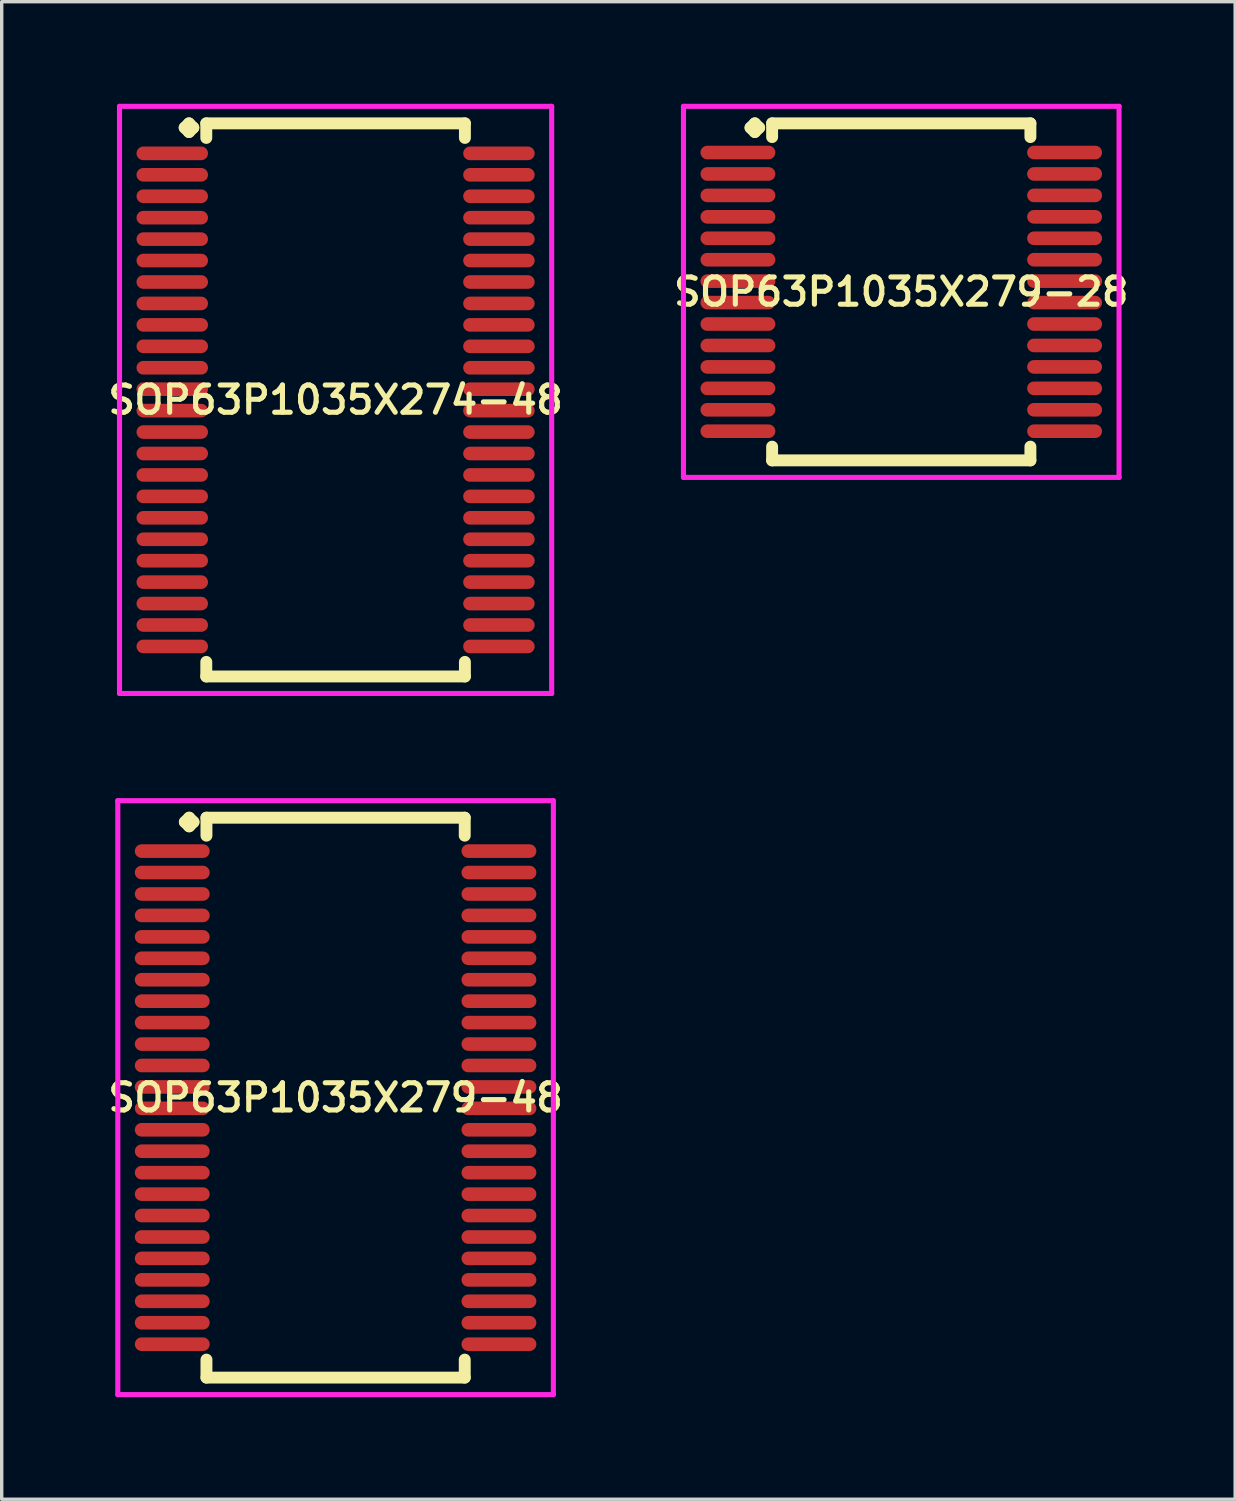
<source format=kicad_pcb>
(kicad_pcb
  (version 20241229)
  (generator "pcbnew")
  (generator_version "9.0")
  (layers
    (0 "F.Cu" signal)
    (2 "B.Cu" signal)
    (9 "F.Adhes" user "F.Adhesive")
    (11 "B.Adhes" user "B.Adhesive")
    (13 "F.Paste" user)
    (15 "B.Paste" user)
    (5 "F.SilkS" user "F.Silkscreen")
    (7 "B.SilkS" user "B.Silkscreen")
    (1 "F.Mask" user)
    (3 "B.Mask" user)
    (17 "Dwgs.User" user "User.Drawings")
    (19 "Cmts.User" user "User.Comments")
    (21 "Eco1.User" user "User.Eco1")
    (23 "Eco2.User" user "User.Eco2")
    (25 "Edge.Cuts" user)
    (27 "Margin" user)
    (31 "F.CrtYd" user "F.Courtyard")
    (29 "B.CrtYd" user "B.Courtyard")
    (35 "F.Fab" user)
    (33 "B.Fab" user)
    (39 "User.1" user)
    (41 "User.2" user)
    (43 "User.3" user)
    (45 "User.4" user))
  (footprint "SOP63P1035X274-48"
    (layer "F.Cu")
    (at 6.812 8.702)
    (property "Reference" "SOP63P1035X274-48" (at 0 0 0) (layer "F.SilkS") (effects (font (size 0.8 0.8) (thickness 0.15))))
    (attr smd)
    (fp_line (start -4.435 -8) (end -4.308 -8.127) (stroke (width 0.35) (type solid)) (layer "F.SilkS"))
    (fp_line (start -4.308 -8.127) (end -4.181 -8) (stroke (width 0.35) (type solid)) (layer "F.SilkS"))
    (fp_line (start -4.308 -7.873) (end -4.435 -8) (stroke (width 0.35) (type solid)) (layer "F.SilkS"))
    (fp_line (start -4.181 -8) (end -4.308 -7.873) (stroke (width 0.35) (type solid)) (layer "F.SilkS"))
    (fp_line (start -3.8 -8.127) (end 3.8 -8.127) (stroke (width 0.35) (type solid)) (layer "F.SilkS"))
    (fp_line (start -3.8 -7.699) (end -3.8 -8.127) (stroke (width 0.35) (type solid)) (layer "F.SilkS"))
    (fp_line (start -3.8 7.699) (end -3.8 8.127) (stroke (width 0.35) (type solid)) (layer "F.SilkS"))
    (fp_line (start -3.8 8.127) (end 3.8 8.127) (stroke (width 0.35) (type solid)) (layer "F.SilkS"))
    (fp_line (start 3.8 -8.127) (end 3.8 -7.699) (stroke (width 0.35) (type solid)) (layer "F.SilkS"))
    (fp_line (start 3.8 8.127) (end 3.8 7.699) (stroke (width 0.35) (type solid)) (layer "F.SilkS"))
    (fp_line (start -6.35 -8.627) (end 6.35 -8.627) (stroke (width 0.15) (type solid)) (layer "F.CrtYd"))
    (fp_line (start -6.35 8.627) (end -6.35 -8.627) (stroke (width 0.15) (type solid)) (layer "F.CrtYd"))
    (fp_line (start 6.35 -8.627) (end 6.35 8.627) (stroke (width 0.15) (type solid)) (layer "F.CrtYd"))
    (fp_line (start 6.35 8.627) (end -6.35 8.627) (stroke (width 0.15) (type solid)) (layer "F.CrtYd"))
    (pad "1" smd oval (at -4.8 -7.245) (size 2.1 0.4) (layers "F.Cu" "F.Mask" "F.Paste"))
    (pad "2" smd oval (at -4.8 -6.615) (size 2.1 0.4) (layers "F.Cu" "F.Mask" "F.Paste"))
    (pad "3" smd oval (at -4.8 -5.985) (size 2.1 0.4) (layers "F.Cu" "F.Mask" "F.Paste"))
    (pad "4" smd oval (at -4.8 -5.355) (size 2.1 0.4) (layers "F.Cu" "F.Mask" "F.Paste"))
    (pad "5" smd oval (at -4.8 -4.725) (size 2.1 0.4) (layers "F.Cu" "F.Mask" "F.Paste"))
    (pad "6" smd oval (at -4.8 -4.095) (size 2.1 0.4) (layers "F.Cu" "F.Mask" "F.Paste"))
    (pad "7" smd oval (at -4.8 -3.465) (size 2.1 0.4) (layers "F.Cu" "F.Mask" "F.Paste"))
    (pad "8" smd oval (at -4.8 -2.835) (size 2.1 0.4) (layers "F.Cu" "F.Mask" "F.Paste"))
    (pad "9" smd oval (at -4.8 -2.205) (size 2.1 0.4) (layers "F.Cu" "F.Mask" "F.Paste"))
    (pad "10" smd oval (at -4.8 -1.575) (size 2.1 0.4) (layers "F.Cu" "F.Mask" "F.Paste"))
    (pad "11" smd oval (at -4.8 -0.945) (size 2.1 0.4) (layers "F.Cu" "F.Mask" "F.Paste"))
    (pad "12" smd oval (at -4.8 -0.315) (size 2.1 0.4) (layers "F.Cu" "F.Mask" "F.Paste"))
    (pad "13" smd oval (at -4.8 0.315) (size 2.1 0.4) (layers "F.Cu" "F.Mask" "F.Paste"))
    (pad "14" smd oval (at -4.8 0.945) (size 2.1 0.4) (layers "F.Cu" "F.Mask" "F.Paste"))
    (pad "15" smd oval (at -4.8 1.575) (size 2.1 0.4) (layers "F.Cu" "F.Mask" "F.Paste"))
    (pad "16" smd oval (at -4.8 2.205) (size 2.1 0.4) (layers "F.Cu" "F.Mask" "F.Paste"))
    (pad "17" smd oval (at -4.8 2.835) (size 2.1 0.4) (layers "F.Cu" "F.Mask" "F.Paste"))
    (pad "18" smd oval (at -4.8 3.465) (size 2.1 0.4) (layers "F.Cu" "F.Mask" "F.Paste"))
    (pad "19" smd oval (at -4.8 4.095) (size 2.1 0.4) (layers "F.Cu" "F.Mask" "F.Paste"))
    (pad "20" smd oval (at -4.8 4.725) (size 2.1 0.4) (layers "F.Cu" "F.Mask" "F.Paste"))
    (pad "21" smd oval (at -4.8 5.355) (size 2.1 0.4) (layers "F.Cu" "F.Mask" "F.Paste"))
    (pad "22" smd oval (at -4.8 5.985) (size 2.1 0.4) (layers "F.Cu" "F.Mask" "F.Paste"))
    (pad "23" smd oval (at -4.8 6.615) (size 2.1 0.4) (layers "F.Cu" "F.Mask" "F.Paste"))
    (pad "24" smd oval (at -4.8 7.245) (size 2.1 0.4) (layers "F.Cu" "F.Mask" "F.Paste"))
    (pad "25" smd oval (at 4.8 7.245) (size 2.1 0.4) (layers "F.Cu" "F.Mask" "F.Paste"))
    (pad "26" smd oval (at 4.8 6.615) (size 2.1 0.4) (layers "F.Cu" "F.Mask" "F.Paste"))
    (pad "27" smd oval (at 4.8 5.985) (size 2.1 0.4) (layers "F.Cu" "F.Mask" "F.Paste"))
    (pad "28" smd oval (at 4.8 5.355) (size 2.1 0.4) (layers "F.Cu" "F.Mask" "F.Paste"))
    (pad "29" smd oval (at 4.8 4.725) (size 2.1 0.4) (layers "F.Cu" "F.Mask" "F.Paste"))
    (pad "30" smd oval (at 4.8 4.095) (size 2.1 0.4) (layers "F.Cu" "F.Mask" "F.Paste"))
    (pad "31" smd oval (at 4.8 3.465) (size 2.1 0.4) (layers "F.Cu" "F.Mask" "F.Paste"))
    (pad "32" smd oval (at 4.8 2.835) (size 2.1 0.4) (layers "F.Cu" "F.Mask" "F.Paste"))
    (pad "33" smd oval (at 4.8 2.205) (size 2.1 0.4) (layers "F.Cu" "F.Mask" "F.Paste"))
    (pad "34" smd oval (at 4.8 1.575) (size 2.1 0.4) (layers "F.Cu" "F.Mask" "F.Paste"))
    (pad "35" smd oval (at 4.8 0.945) (size 2.1 0.4) (layers "F.Cu" "F.Mask" "F.Paste"))
    (pad "36" smd oval (at 4.8 0.315) (size 2.1 0.4) (layers "F.Cu" "F.Mask" "F.Paste"))
    (pad "37" smd oval (at 4.8 -0.315) (size 2.1 0.4) (layers "F.Cu" "F.Mask" "F.Paste"))
    (pad "38" smd oval (at 4.8 -0.945) (size 2.1 0.4) (layers "F.Cu" "F.Mask" "F.Paste"))
    (pad "39" smd oval (at 4.8 -1.575) (size 2.1 0.4) (layers "F.Cu" "F.Mask" "F.Paste"))
    (pad "40" smd oval (at 4.8 -2.205) (size 2.1 0.4) (layers "F.Cu" "F.Mask" "F.Paste"))
    (pad "41" smd oval (at 4.8 -2.835) (size 2.1 0.4) (layers "F.Cu" "F.Mask" "F.Paste"))
    (pad "42" smd oval (at 4.8 -3.465) (size 2.1 0.4) (layers "F.Cu" "F.Mask" "F.Paste"))
    (pad "43" smd oval (at 4.8 -4.095) (size 2.1 0.4) (layers "F.Cu" "F.Mask" "F.Paste"))
    (pad "44" smd oval (at 4.8 -4.725) (size 2.1 0.4) (layers "F.Cu" "F.Mask" "F.Paste"))
    (pad "45" smd oval (at 4.8 -5.355) (size 2.1 0.4) (layers "F.Cu" "F.Mask" "F.Paste"))
    (pad "46" smd oval (at 4.8 -5.985) (size 2.1 0.4) (layers "F.Cu" "F.Mask" "F.Paste"))
    (pad "47" smd oval (at 4.8 -6.615) (size 2.1 0.4) (layers "F.Cu" "F.Mask" "F.Paste"))
    (pad "48" smd oval (at 4.8 -7.245) (size 2.1 0.4) (layers "F.Cu" "F.Mask" "F.Paste")))
  (footprint "SOP63P1035X279-28"
    (layer "F.Cu")
    (at 23.435 5.527)
    (property "Reference" "SOP63P1035X279-28" (at 0 0 0) (layer "F.SilkS") (effects (font (size 0.8 0.8) (thickness 0.15))))
    (attr smd)
    (fp_line (start -4.43 -4.825) (end -4.303 -4.952) (stroke (width 0.35) (type solid)) (layer "F.SilkS"))
    (fp_line (start -4.303 -4.952) (end -4.176 -4.825) (stroke (width 0.35) (type solid)) (layer "F.SilkS"))
    (fp_line (start -4.303 -4.698) (end -4.43 -4.825) (stroke (width 0.35) (type solid)) (layer "F.SilkS"))
    (fp_line (start -4.176 -4.825) (end -4.303 -4.698) (stroke (width 0.35) (type solid)) (layer "F.SilkS"))
    (fp_line (start -3.795 -4.952) (end 3.795 -4.952) (stroke (width 0.35) (type solid)) (layer "F.SilkS"))
    (fp_line (start -3.795 -4.549) (end -3.795 -4.952) (stroke (width 0.35) (type solid)) (layer "F.SilkS"))
    (fp_line (start -3.795 4.549) (end -3.795 4.952) (stroke (width 0.35) (type solid)) (layer "F.SilkS"))
    (fp_line (start -3.795 4.952) (end 3.795 4.952) (stroke (width 0.35) (type solid)) (layer "F.SilkS"))
    (fp_line (start 3.795 -4.952) (end 3.795 -4.549) (stroke (width 0.35) (type solid)) (layer "F.SilkS"))
    (fp_line (start 3.795 4.952) (end 3.795 4.549) (stroke (width 0.35) (type solid)) (layer "F.SilkS"))
    (fp_line (start -6.4 -5.452) (end 6.4 -5.452) (stroke (width 0.15) (type solid)) (layer "F.CrtYd"))
    (fp_line (start -6.4 5.452) (end -6.4 -5.452) (stroke (width 0.15) (type solid)) (layer "F.CrtYd"))
    (fp_line (start 6.4 -5.452) (end 6.4 5.452) (stroke (width 0.15) (type solid)) (layer "F.CrtYd"))
    (fp_line (start 6.4 5.452) (end -6.4 5.452) (stroke (width 0.15) (type solid)) (layer "F.CrtYd"))
    (pad "1" smd oval (at -4.8 -4.095) (size 2.2 0.4) (layers "F.Cu" "F.Mask" "F.Paste"))
    (pad "2" smd oval (at -4.8 -3.465) (size 2.2 0.4) (layers "F.Cu" "F.Mask" "F.Paste"))
    (pad "3" smd oval (at -4.8 -2.835) (size 2.2 0.4) (layers "F.Cu" "F.Mask" "F.Paste"))
    (pad "4" smd oval (at -4.8 -2.205) (size 2.2 0.4) (layers "F.Cu" "F.Mask" "F.Paste"))
    (pad "5" smd oval (at -4.8 -1.575) (size 2.2 0.4) (layers "F.Cu" "F.Mask" "F.Paste"))
    (pad "6" smd oval (at -4.8 -0.945) (size 2.2 0.4) (layers "F.Cu" "F.Mask" "F.Paste"))
    (pad "7" smd oval (at -4.8 -0.315) (size 2.2 0.4) (layers "F.Cu" "F.Mask" "F.Paste"))
    (pad "8" smd oval (at -4.8 0.315) (size 2.2 0.4) (layers "F.Cu" "F.Mask" "F.Paste"))
    (pad "9" smd oval (at -4.8 0.945) (size 2.2 0.4) (layers "F.Cu" "F.Mask" "F.Paste"))
    (pad "10" smd oval (at -4.8 1.575) (size 2.2 0.4) (layers "F.Cu" "F.Mask" "F.Paste"))
    (pad "11" smd oval (at -4.8 2.205) (size 2.2 0.4) (layers "F.Cu" "F.Mask" "F.Paste"))
    (pad "12" smd oval (at -4.8 2.835) (size 2.2 0.4) (layers "F.Cu" "F.Mask" "F.Paste"))
    (pad "13" smd oval (at -4.8 3.465) (size 2.2 0.4) (layers "F.Cu" "F.Mask" "F.Paste"))
    (pad "14" smd oval (at -4.8 4.095) (size 2.2 0.4) (layers "F.Cu" "F.Mask" "F.Paste"))
    (pad "15" smd oval (at 4.8 4.095) (size 2.2 0.4) (layers "F.Cu" "F.Mask" "F.Paste"))
    (pad "16" smd oval (at 4.8 3.465) (size 2.2 0.4) (layers "F.Cu" "F.Mask" "F.Paste"))
    (pad "17" smd oval (at 4.8 2.835) (size 2.2 0.4) (layers "F.Cu" "F.Mask" "F.Paste"))
    (pad "18" smd oval (at 4.8 2.205) (size 2.2 0.4) (layers "F.Cu" "F.Mask" "F.Paste"))
    (pad "19" smd oval (at 4.8 1.575) (size 2.2 0.4) (layers "F.Cu" "F.Mask" "F.Paste"))
    (pad "20" smd oval (at 4.8 0.945) (size 2.2 0.4) (layers "F.Cu" "F.Mask" "F.Paste"))
    (pad "21" smd oval (at 4.8 0.315) (size 2.2 0.4) (layers "F.Cu" "F.Mask" "F.Paste"))
    (pad "22" smd oval (at 4.8 -0.315) (size 2.2 0.4) (layers "F.Cu" "F.Mask" "F.Paste"))
    (pad "23" smd oval (at 4.8 -0.945) (size 2.2 0.4) (layers "F.Cu" "F.Mask" "F.Paste"))
    (pad "24" smd oval (at 4.8 -1.575) (size 2.2 0.4) (layers "F.Cu" "F.Mask" "F.Paste"))
    (pad "25" smd oval (at 4.8 -2.205) (size 2.2 0.4) (layers "F.Cu" "F.Mask" "F.Paste"))
    (pad "26" smd oval (at 4.8 -2.835) (size 2.2 0.4) (layers "F.Cu" "F.Mask" "F.Paste"))
    (pad "27" smd oval (at 4.8 -3.465) (size 2.2 0.4) (layers "F.Cu" "F.Mask" "F.Paste"))
    (pad "28" smd oval (at 4.8 -4.095) (size 2.2 0.4) (layers "F.Cu" "F.Mask" "F.Paste")))
  (footprint "SOP63P1035X279-48"
    (layer "F.Cu")
    (at 6.812 29.206)
    (property "Reference" "SOP63P1035X279-48" (at 0 0 0) (layer "F.SilkS") (effects (font (size 0.8 0.8) (thickness 0.15))))
    (attr smd)
    (fp_line (start -4.43 -8.1) (end -4.303 -8.227) (stroke (width 0.35) (type solid)) (layer "F.SilkS"))
    (fp_line (start -4.303 -8.227) (end -4.176 -8.1) (stroke (width 0.35) (type solid)) (layer "F.SilkS"))
    (fp_line (start -4.303 -7.973) (end -4.43 -8.1) (stroke (width 0.35) (type solid)) (layer "F.SilkS"))
    (fp_line (start -4.176 -8.1) (end -4.303 -7.973) (stroke (width 0.35) (type solid)) (layer "F.SilkS"))
    (fp_line (start -3.795 -8.227) (end 3.795 -8.227) (stroke (width 0.35) (type solid)) (layer "F.SilkS"))
    (fp_line (start -3.795 -7.699) (end -3.795 -8.227) (stroke (width 0.35) (type solid)) (layer "F.SilkS"))
    (fp_line (start -3.795 7.699) (end -3.795 8.227) (stroke (width 0.35) (type solid)) (layer "F.SilkS"))
    (fp_line (start -3.795 8.227) (end 3.795 8.227) (stroke (width 0.35) (type solid)) (layer "F.SilkS"))
    (fp_line (start 3.795 -8.227) (end 3.795 -7.699) (stroke (width 0.35) (type solid)) (layer "F.SilkS"))
    (fp_line (start 3.795 8.227) (end 3.795 7.699) (stroke (width 0.35) (type solid)) (layer "F.SilkS"))
    (fp_line (start -6.4 -8.727) (end 6.4 -8.727) (stroke (width 0.15) (type solid)) (layer "F.CrtYd"))
    (fp_line (start -6.4 8.727) (end -6.4 -8.727) (stroke (width 0.15) (type solid)) (layer "F.CrtYd"))
    (fp_line (start 6.4 -8.727) (end 6.4 8.727) (stroke (width 0.15) (type solid)) (layer "F.CrtYd"))
    (fp_line (start 6.4 8.727) (end -6.4 8.727) (stroke (width 0.15) (type solid)) (layer "F.CrtYd"))
    (pad "1" smd oval (at -4.8 -7.245) (size 2.2 0.4) (layers "F.Cu" "F.Mask" "F.Paste"))
    (pad "2" smd oval (at -4.8 -6.615) (size 2.2 0.4) (layers "F.Cu" "F.Mask" "F.Paste"))
    (pad "3" smd oval (at -4.8 -5.985) (size 2.2 0.4) (layers "F.Cu" "F.Mask" "F.Paste"))
    (pad "4" smd oval (at -4.8 -5.355) (size 2.2 0.4) (layers "F.Cu" "F.Mask" "F.Paste"))
    (pad "5" smd oval (at -4.8 -4.725) (size 2.2 0.4) (layers "F.Cu" "F.Mask" "F.Paste"))
    (pad "6" smd oval (at -4.8 -4.095) (size 2.2 0.4) (layers "F.Cu" "F.Mask" "F.Paste"))
    (pad "7" smd oval (at -4.8 -3.465) (size 2.2 0.4) (layers "F.Cu" "F.Mask" "F.Paste"))
    (pad "8" smd oval (at -4.8 -2.835) (size 2.2 0.4) (layers "F.Cu" "F.Mask" "F.Paste"))
    (pad "9" smd oval (at -4.8 -2.205) (size 2.2 0.4) (layers "F.Cu" "F.Mask" "F.Paste"))
    (pad "10" smd oval (at -4.8 -1.575) (size 2.2 0.4) (layers "F.Cu" "F.Mask" "F.Paste"))
    (pad "11" smd oval (at -4.8 -0.945) (size 2.2 0.4) (layers "F.Cu" "F.Mask" "F.Paste"))
    (pad "12" smd oval (at -4.8 -0.315) (size 2.2 0.4) (layers "F.Cu" "F.Mask" "F.Paste"))
    (pad "13" smd oval (at -4.8 0.315) (size 2.2 0.4) (layers "F.Cu" "F.Mask" "F.Paste"))
    (pad "14" smd oval (at -4.8 0.945) (size 2.2 0.4) (layers "F.Cu" "F.Mask" "F.Paste"))
    (pad "15" smd oval (at -4.8 1.575) (size 2.2 0.4) (layers "F.Cu" "F.Mask" "F.Paste"))
    (pad "16" smd oval (at -4.8 2.205) (size 2.2 0.4) (layers "F.Cu" "F.Mask" "F.Paste"))
    (pad "17" smd oval (at -4.8 2.835) (size 2.2 0.4) (layers "F.Cu" "F.Mask" "F.Paste"))
    (pad "18" smd oval (at -4.8 3.465) (size 2.2 0.4) (layers "F.Cu" "F.Mask" "F.Paste"))
    (pad "19" smd oval (at -4.8 4.095) (size 2.2 0.4) (layers "F.Cu" "F.Mask" "F.Paste"))
    (pad "20" smd oval (at -4.8 4.725) (size 2.2 0.4) (layers "F.Cu" "F.Mask" "F.Paste"))
    (pad "21" smd oval (at -4.8 5.355) (size 2.2 0.4) (layers "F.Cu" "F.Mask" "F.Paste"))
    (pad "22" smd oval (at -4.8 5.985) (size 2.2 0.4) (layers "F.Cu" "F.Mask" "F.Paste"))
    (pad "23" smd oval (at -4.8 6.615) (size 2.2 0.4) (layers "F.Cu" "F.Mask" "F.Paste"))
    (pad "24" smd oval (at -4.8 7.245) (size 2.2 0.4) (layers "F.Cu" "F.Mask" "F.Paste"))
    (pad "25" smd oval (at 4.8 7.245) (size 2.2 0.4) (layers "F.Cu" "F.Mask" "F.Paste"))
    (pad "26" smd oval (at 4.8 6.615) (size 2.2 0.4) (layers "F.Cu" "F.Mask" "F.Paste"))
    (pad "27" smd oval (at 4.8 5.985) (size 2.2 0.4) (layers "F.Cu" "F.Mask" "F.Paste"))
    (pad "28" smd oval (at 4.8 5.355) (size 2.2 0.4) (layers "F.Cu" "F.Mask" "F.Paste"))
    (pad "29" smd oval (at 4.8 4.725) (size 2.2 0.4) (layers "F.Cu" "F.Mask" "F.Paste"))
    (pad "30" smd oval (at 4.8 4.095) (size 2.2 0.4) (layers "F.Cu" "F.Mask" "F.Paste"))
    (pad "31" smd oval (at 4.8 3.465) (size 2.2 0.4) (layers "F.Cu" "F.Mask" "F.Paste"))
    (pad "32" smd oval (at 4.8 2.835) (size 2.2 0.4) (layers "F.Cu" "F.Mask" "F.Paste"))
    (pad "33" smd oval (at 4.8 2.205) (size 2.2 0.4) (layers "F.Cu" "F.Mask" "F.Paste"))
    (pad "34" smd oval (at 4.8 1.575) (size 2.2 0.4) (layers "F.Cu" "F.Mask" "F.Paste"))
    (pad "35" smd oval (at 4.8 0.945) (size 2.2 0.4) (layers "F.Cu" "F.Mask" "F.Paste"))
    (pad "36" smd oval (at 4.8 0.315) (size 2.2 0.4) (layers "F.Cu" "F.Mask" "F.Paste"))
    (pad "37" smd oval (at 4.8 -0.315) (size 2.2 0.4) (layers "F.Cu" "F.Mask" "F.Paste"))
    (pad "38" smd oval (at 4.8 -0.945) (size 2.2 0.4) (layers "F.Cu" "F.Mask" "F.Paste"))
    (pad "39" smd oval (at 4.8 -1.575) (size 2.2 0.4) (layers "F.Cu" "F.Mask" "F.Paste"))
    (pad "40" smd oval (at 4.8 -2.205) (size 2.2 0.4) (layers "F.Cu" "F.Mask" "F.Paste"))
    (pad "41" smd oval (at 4.8 -2.835) (size 2.2 0.4) (layers "F.Cu" "F.Mask" "F.Paste"))
    (pad "42" smd oval (at 4.8 -3.465) (size 2.2 0.4) (layers "F.Cu" "F.Mask" "F.Paste"))
    (pad "43" smd oval (at 4.8 -4.095) (size 2.2 0.4) (layers "F.Cu" "F.Mask" "F.Paste"))
    (pad "44" smd oval (at 4.8 -4.725) (size 2.2 0.4) (layers "F.Cu" "F.Mask" "F.Paste"))
    (pad "45" smd oval (at 4.8 -5.355) (size 2.2 0.4) (layers "F.Cu" "F.Mask" "F.Paste"))
    (pad "46" smd oval (at 4.8 -5.985) (size 2.2 0.4) (layers "F.Cu" "F.Mask" "F.Paste"))
    (pad "47" smd oval (at 4.8 -6.615) (size 2.2 0.4) (layers "F.Cu" "F.Mask" "F.Paste"))
    (pad "48" smd oval (at 4.8 -7.245) (size 2.2 0.4) (layers "F.Cu" "F.Mask" "F.Paste")))
  (gr_rect
    (start -3 -3)
    (end 33.247 41.008)
    (stroke (width 0.1) (type default))
    (fill no)
    (layer "Edge.Cuts")))
</source>
